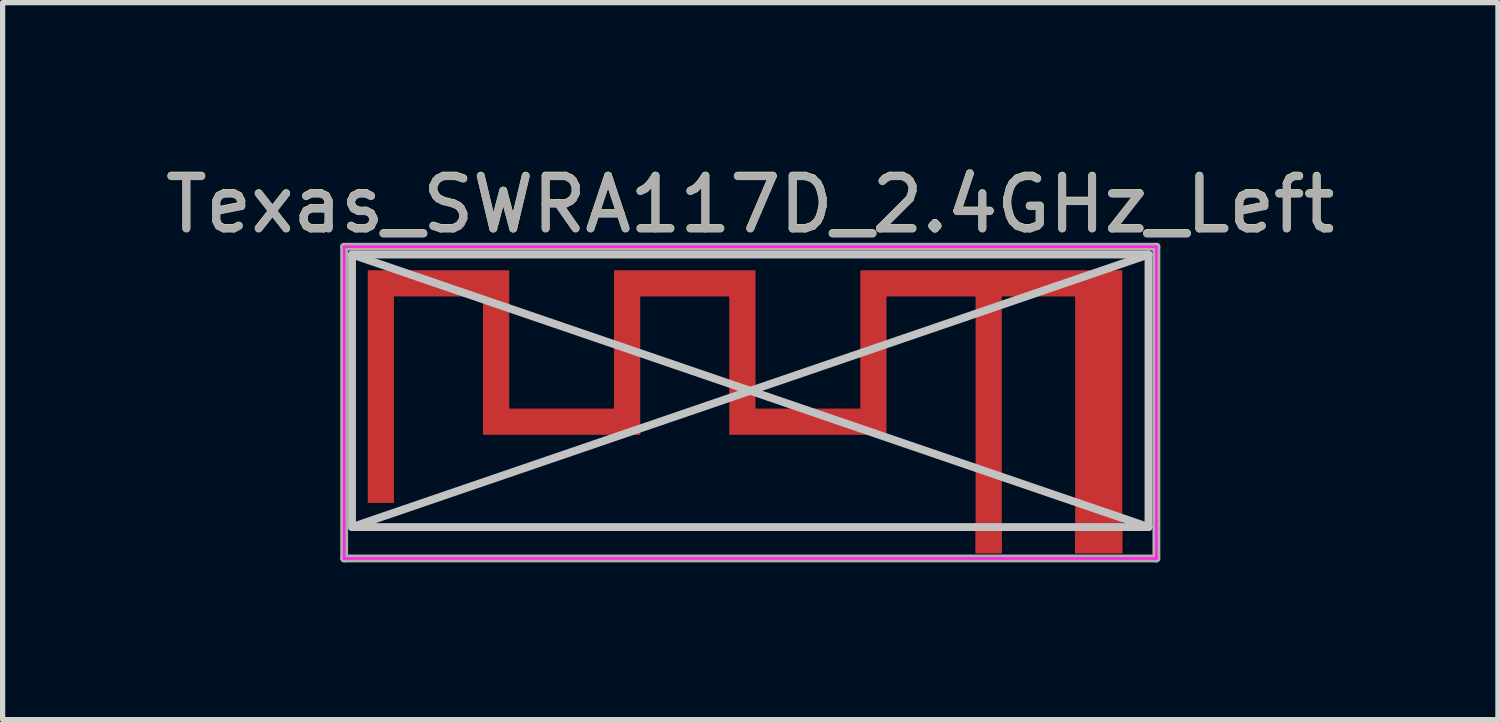
<source format=kicad_pcb>
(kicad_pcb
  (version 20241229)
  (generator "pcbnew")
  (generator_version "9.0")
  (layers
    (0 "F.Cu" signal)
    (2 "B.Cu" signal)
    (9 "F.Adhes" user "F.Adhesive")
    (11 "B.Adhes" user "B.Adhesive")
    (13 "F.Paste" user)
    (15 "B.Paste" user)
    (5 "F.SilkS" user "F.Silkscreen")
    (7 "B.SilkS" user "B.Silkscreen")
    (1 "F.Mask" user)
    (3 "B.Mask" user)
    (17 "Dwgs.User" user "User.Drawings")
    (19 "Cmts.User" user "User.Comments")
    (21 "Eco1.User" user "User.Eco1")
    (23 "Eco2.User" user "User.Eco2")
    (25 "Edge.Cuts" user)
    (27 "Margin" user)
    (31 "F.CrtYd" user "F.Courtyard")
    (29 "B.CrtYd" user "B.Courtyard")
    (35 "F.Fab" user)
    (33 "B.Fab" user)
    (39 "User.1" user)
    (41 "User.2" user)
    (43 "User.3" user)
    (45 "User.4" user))
  (footprint "Texas_SWRA117D_2.4GHz_Left"
    (layer "F.Cu")
    (at 15.818 7.258)
    (property "Reference" "Texas_SWRA117D_2.4GHz_Left" (at -4.55 -6.41 0) (layer "F.SilkS") (effects (font (size 1 1) (thickness 0.15))))
    (attr exclude_from_pos_files exclude_from_bom)
    (fp_poly (pts (xy -2.45 -2.51) (xy -4.45 -2.51) (xy -4.45 -5.15) (xy -7.15 -5.15) (xy -7.15 -2.51) (xy -9.15 -2.51) (xy -9.15 -5.15) (xy -11.85 -5.15) (xy -11.85 -0.71) (xy -11.35 -0.71) (xy -11.35 -4.65) (xy -9.65 -4.65) (xy -9.65 -2.01) (xy -6.65 -2.01) (xy -6.65 -4.65) (xy -4.95 -4.65) (xy -4.95 -2.01) (xy -1.95 -2.01) (xy -1.95 -4.65) (xy -0.25 -4.65) (xy -0.25 0.25) (xy 0.25 0.25) (xy 0.25 -4.65) (xy 1.65 -4.65) (xy 1.65 0.25) (xy 2.55 0.25) (xy 2.55 0.007) (xy 2.248 0.007) (xy 2.238 0.054) (xy 2.214 0.097) (xy 2.176 0.13) (xy 2.168 0.134) (xy 2.125 0.146) (xy 2.077 0.145) (xy 2.031 0.132) (xy 2.013 0.122) (xy 1.979 0.087) (xy 1.958 0.041) (xy 1.952 -0.008) (xy 1.96 -0.056) (xy 1.977 -0.089) (xy 2.012 -0.121) (xy 2.058 -0.141) (xy 2.107 -0.148) (xy 2.155 -0.14) (xy 2.188 -0.123) (xy 2.223 -0.086) (xy 2.243 -0.042) (xy 2.248 0.007) (xy 2.55 0.007) (xy 2.55 -5.15) (xy -2.45 -5.15) (xy -2.45 -2.51)) (stroke (width 0) (type solid)) (fill yes) (layer "F.Cu"))
    (fp_line (start -12.15 -0.25) (end -12.15 -5.45) (stroke (width 0.15) (type solid)) (layer "Dwgs.User"))
    (fp_line (start 3.05 -5.45) (end -12.15 -5.45) (stroke (width 0.15) (type solid)) (layer "Dwgs.User"))
    (fp_line (start 3.05 -5.45) (end -12.15 -0.25) (stroke (width 0.15) (type solid)) (layer "Dwgs.User"))
    (fp_line (start 3.05 -0.25) (end -12.15 -5.45) (stroke (width 0.15) (type solid)) (layer "Dwgs.User"))
    (fp_line (start 3.05 -0.25) (end -12.15 -0.25) (stroke (width 0.15) (type solid)) (layer "Dwgs.User"))
    (fp_line (start 3.05 -0.25) (end 3.05 -5.45) (stroke (width 0.15) (type solid)) (layer "Dwgs.User"))
    (fp_line (start -12.3 -5.6) (end -12.3 0.35) (stroke (width 0.05) (type solid)) (layer "F.CrtYd"))
    (fp_line (start -12.3 0.35) (end 3.2 0.35) (stroke (width 0.05) (type solid)) (layer "F.CrtYd"))
    (fp_line (start 3.2 -5.6) (end -12.3 -5.6) (stroke (width 0.05) (type solid)) (layer "F.CrtYd"))
    (fp_line (start 3.2 0.35) (end 3.2 -5.6) (stroke (width 0.05) (type solid)) (layer "F.CrtYd"))
    (fp_line (start -12.3 -5.6) (end -12.3 0.35) (stroke (width 0.15) (type solid)) (layer "F.Fab"))
    (fp_line (start -12.3 0.35) (end 3.2 0.35) (stroke (width 0.15) (type solid)) (layer "F.Fab"))
    (fp_line (start 3.2 -5.6) (end -12.3 -5.6) (stroke (width 0.15) (type solid)) (layer "F.Fab"))
    (fp_line (start 3.2 0.35) (end 3.2 -5.6) (stroke (width 0.15) (type solid)) (layer "F.Fab"))
    (fp_text user "${REFERENCE}" (at -4.55 -6.4 0) (layer "F.Fab") (effects (font (size 1 1) (thickness 0.15))))
    (pad "1" connect rect (at 0 0) (size 0.5 0.5) (layers "F.Cu"))
    (pad "2" smd rect (at 2.1 0) (size 0.9 0.5) (layers "F.Cu" "F.Mask" "F.Paste")))
  (gr_rect
    (start -3 -3)
    (end 25.536 10.683)
    (stroke (width 0.1) (type default))
    (fill no)
    (layer "Edge.Cuts")))
</source>
